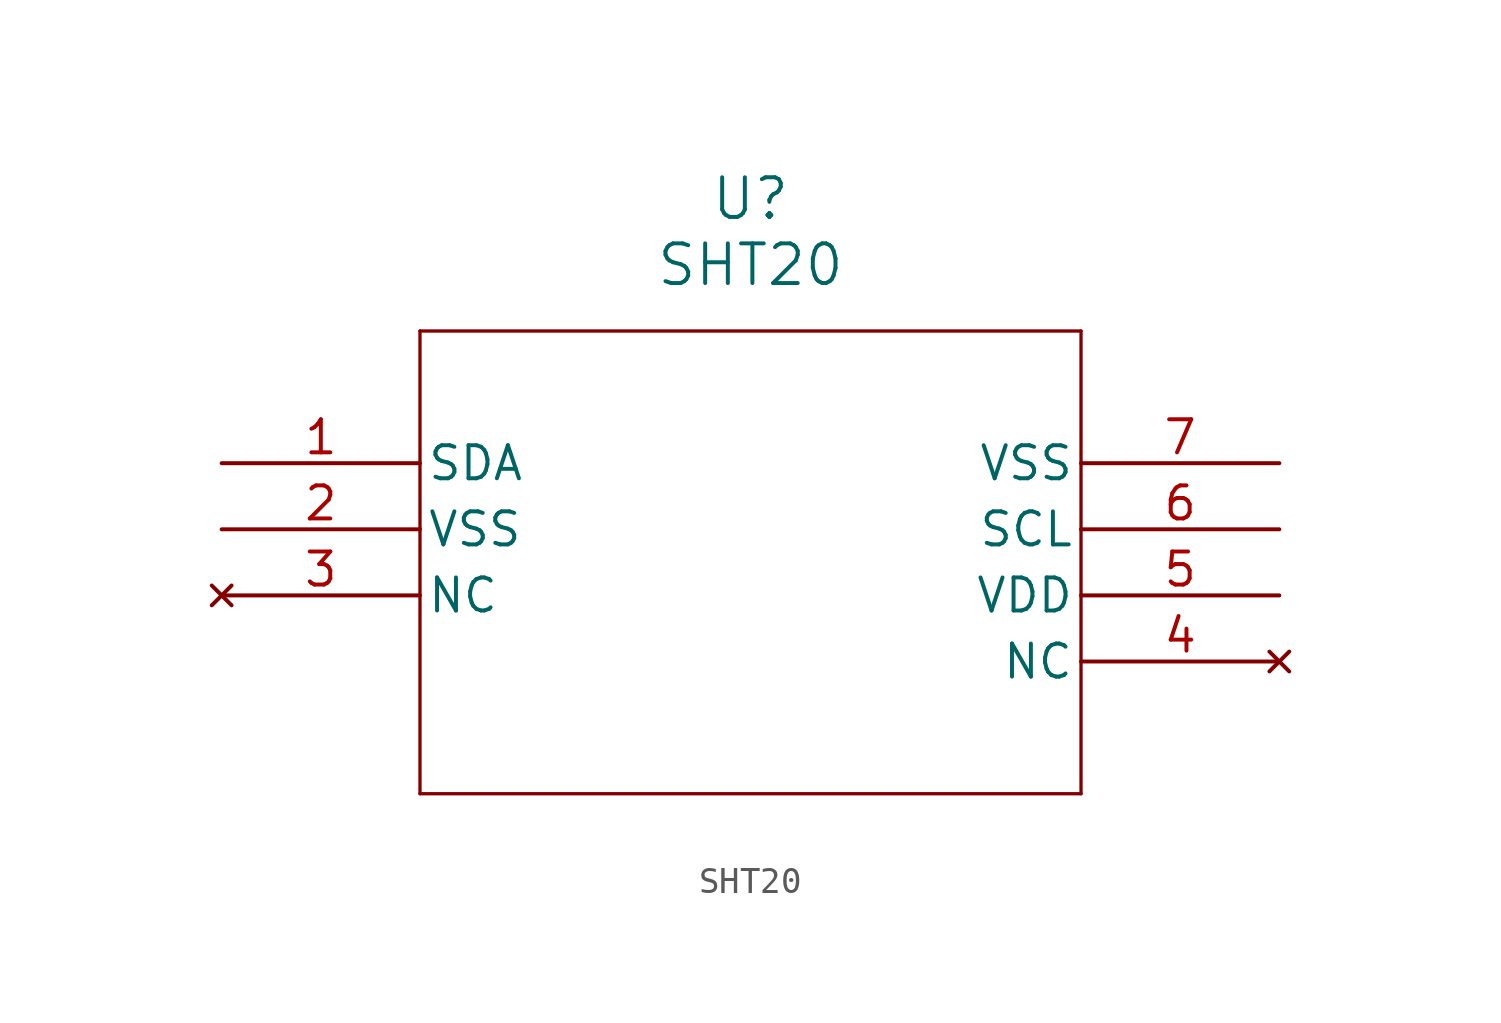
<source format=kicad_sym>
(kicad_symbol_lib
  (version 20211014)
  (generator kicad_symbol_editor)
  (symbol "SHT20"
    (pin_names
      (offset 0.254))
    (property "Reference" "U"
      (at 20.32 10.16 0)
      (effects (font (size 1.524 1.524))))
    (property "Value" "SHT20"
      (at 20.32 7.62 0)
      (effects (font (size 1.524 1.524))))
    (symbol "SHT20_0_1"
      (polyline (pts (xy 7.62 5.08) (xy 7.62 -12.7)) (stroke (width 0.127) (type default) (color 0 0 0 0)) (fill (type none)))
      (polyline (pts (xy 7.62 -12.7) (xy 33.02 -12.7)) (stroke (width 0.127) (type default) (color 0 0 0 0)) (fill (type none)))
      (polyline (pts (xy 33.02 -12.7) (xy 33.02 5.08)) (stroke (width 0.127) (type default) (color 0 0 0 0)) (fill (type none)))
      (polyline (pts (xy 33.02 5.08) (xy 7.62 5.08)) (stroke (width 0.127) (type default) (color 0 0 0 0)) (fill (type none)))
      (pin unspecified line (at 0 0 0) (length 7.62) (name "SDA" (effects (font (size 1.27 1.27)))) (number "1" (effects (font (size 1.27 1.27)))))
      (pin power_out line (at 0 -2.54 0) (length 7.62) (name "VSS" (effects (font (size 1.27 1.27)))) (number "2" (effects (font (size 1.27 1.27)))))
      (pin no_connect line (at 0 -5.08 0) (length 7.62) (name "NC" (effects (font (size 1.27 1.27)))) (number "3" (effects (font (size 1.27 1.27)))))
      (pin no_connect line (at 40.64 -7.62 180) (length 7.62) (name "NC" (effects (font (size 1.27 1.27)))) (number "4" (effects (font (size 1.27 1.27)))))
      (pin power_in line (at 40.64 -5.08 180) (length 7.62) (name "VDD" (effects (font (size 1.27 1.27)))) (number "5" (effects (font (size 1.27 1.27)))))
      (pin unspecified line (at 40.64 -2.54 180) (length 7.62) (name "SCL" (effects (font (size 1.27 1.27)))) (number "6" (effects (font (size 1.27 1.27)))))
      (pin power_out line (at 40.64 0 180) (length 7.62) (name "VSS" (effects (font (size 1.27 1.27)))) (number "7" (effects (font (size 1.27 1.27))))))))
</source>
